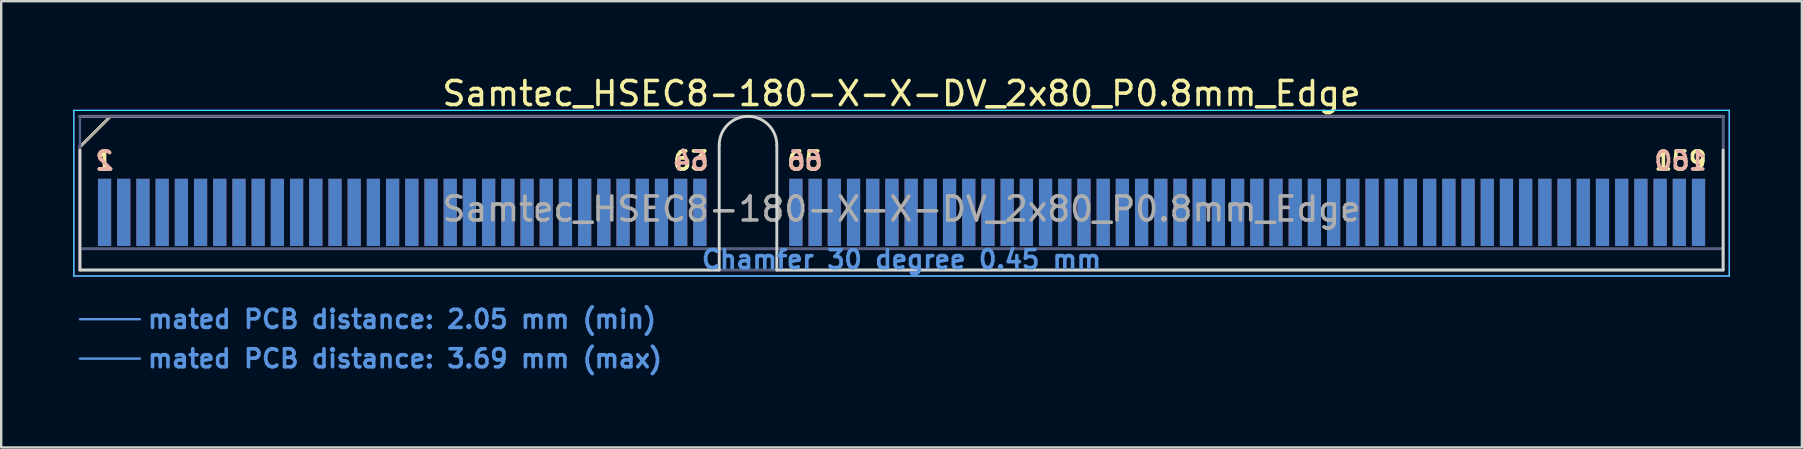
<source format=kicad_pcb>
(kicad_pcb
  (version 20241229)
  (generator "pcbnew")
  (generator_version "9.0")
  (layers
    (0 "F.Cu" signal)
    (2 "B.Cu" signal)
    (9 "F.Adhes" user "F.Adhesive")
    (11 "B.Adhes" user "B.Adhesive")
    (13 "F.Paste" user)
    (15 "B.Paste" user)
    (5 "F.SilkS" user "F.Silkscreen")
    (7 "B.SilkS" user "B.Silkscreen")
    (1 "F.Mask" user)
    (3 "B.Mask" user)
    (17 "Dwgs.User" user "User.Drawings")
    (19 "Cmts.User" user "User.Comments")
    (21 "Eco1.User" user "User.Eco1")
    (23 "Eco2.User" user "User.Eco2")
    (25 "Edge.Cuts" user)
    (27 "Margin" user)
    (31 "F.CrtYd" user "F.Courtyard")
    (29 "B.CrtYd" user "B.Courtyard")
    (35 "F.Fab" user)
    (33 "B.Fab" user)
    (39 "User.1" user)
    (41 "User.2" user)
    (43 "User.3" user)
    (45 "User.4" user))
  (footprint "Samtec_HSEC8-180-X-X-DV_2x80_P0.8mm_Edge"
    (layer "F.Cu")
    (at 34.505 8.198)
    (property "Reference" "Samtec_HSEC8-180-X-X-DV_2x80_P0.8mm_Edge" (at 0 -7.35 0) (layer "F.SilkS") (effects (font (size 1 1) (thickness 0.15))))
    (attr exclude_from_pos_files exclude_from_bom)
    (fp_line (start -34.225 -5.13) (end -32.955 -6.4) (stroke (width 0.12) (type solid)) (layer "F.SilkS"))
    (fp_line (start -32.955 -6.4) (end 34.225 -6.4) (stroke (width 0.12) (type solid)) (layer "F.SilkS"))
    (fp_line (start -34.225 -6.4) (end -34.225 -6.4) (stroke (width 0.12) (type solid)) (layer "B.SilkS"))
    (fp_line (start -34.225 -6.4) (end 34.225 -6.4) (stroke (width 0.12) (type solid)) (layer "B.SilkS"))
    (fp_line (start -34.225 2.05) (end -31.725 2.05) (stroke (width 0.1) (type solid)) (layer "Cmts.User"))
    (fp_line (start -34.225 3.69) (end -31.725 3.69) (stroke (width 0.1) (type solid)) (layer "Cmts.User"))
    (fp_line (start -34.225 -5) (end -34.225 0) (stroke (width 0.12) (type solid)) (layer "Edge.Cuts"))
    (fp_line (start -34.225 0) (end -7.595 0) (stroke (width 0.12) (type solid)) (layer "Edge.Cuts"))
    (fp_line (start -7.595 0) (end -7.595 -5.2) (stroke (width 0.12) (type solid)) (layer "Edge.Cuts"))
    (fp_line (start -5.195 -5.2) (end -5.195 0) (stroke (width 0.12) (type solid)) (layer "Edge.Cuts"))
    (fp_line (start -5.195 0) (end 34.225 0) (stroke (width 0.12) (type solid)) (layer "Edge.Cuts"))
    (fp_line (start 34.225 0) (end 34.225 -5) (stroke (width 0.12) (type solid)) (layer "Edge.Cuts"))
    (fp_arc (start -7.595 -5.2) (mid -6.395 -6.4) (end -5.195 -5.2) (stroke (width 0.12) (type solid)) (layer "Edge.Cuts"))
    (fp_line (start -34.48 -6.65) (end -34.48 0.25) (stroke (width 0.05) (type solid)) (layer "B.CrtYd"))
    (fp_line (start -34.48 0.25) (end 34.48 0.25) (stroke (width 0.05) (type solid)) (layer "B.CrtYd"))
    (fp_line (start 34.48 -6.65) (end -34.48 -6.65) (stroke (width 0.05) (type solid)) (layer "B.CrtYd"))
    (fp_line (start 34.48 0.25) (end 34.48 -6.65) (stroke (width 0.05) (type solid)) (layer "B.CrtYd"))
    (fp_line (start -34.48 -6.65) (end -34.48 0.25) (stroke (width 0.05) (type solid)) (layer "F.CrtYd"))
    (fp_line (start -34.48 0.25) (end 34.48 0.25) (stroke (width 0.05) (type solid)) (layer "F.CrtYd"))
    (fp_line (start 34.48 -6.65) (end -34.48 -6.65) (stroke (width 0.05) (type solid)) (layer "F.CrtYd"))
    (fp_line (start 34.48 0.25) (end 34.48 -6.65) (stroke (width 0.05) (type solid)) (layer "F.CrtYd"))
    (fp_line (start -34.225 -6.4) (end -34.225 -6.4) (stroke (width 0.1) (type solid)) (layer "B.Fab"))
    (fp_line (start -34.225 -6.4) (end -34.225 0) (stroke (width 0.1) (type solid)) (layer "B.Fab"))
    (fp_line (start -34.225 -6.4) (end 34.225 -6.4) (stroke (width 0.1) (type solid)) (layer "B.Fab"))
    (fp_line (start -34.225 -0.88) (end 34.225 -0.88) (stroke (width 0.1) (type solid)) (layer "B.Fab"))
    (fp_line (start -34.225 0) (end 34.225 0) (stroke (width 0.1) (type solid)) (layer "B.Fab"))
    (fp_line (start 34.225 -6.4) (end 34.225 0) (stroke (width 0.1) (type solid)) (layer "B.Fab"))
    (fp_line (start -34.225 -5.13) (end -34.225 0) (stroke (width 0.1) (type solid)) (layer "F.Fab"))
    (fp_line (start -34.225 -5.13) (end -32.955 -6.4) (stroke (width 0.1) (type solid)) (layer "F.Fab"))
    (fp_line (start -34.225 -0.88) (end 34.225 -0.88) (stroke (width 0.1) (type solid)) (layer "F.Fab"))
    (fp_line (start -34.225 0) (end 34.225 0) (stroke (width 0.1) (type solid)) (layer "F.Fab"))
    (fp_line (start -32.955 -6.4) (end 34.225 -6.4) (stroke (width 0.1) (type solid)) (layer "F.Fab"))
    (fp_line (start 34.225 -6.4) (end 34.225 0) (stroke (width 0.1) (type solid)) (layer "F.Fab"))
    (fp_text user "65" (at -4.025 -4.55 0) (layer "F.SilkS") (effects (font (size 0.75 0.75) (thickness 0.15))))
    (fp_text user "159" (at 32.45 -4.55 0) (layer "F.SilkS") (effects (font (size 0.75 0.75) (thickness 0.15))))
    (fp_text user "63" (at -8.775 -4.55 0) (layer "F.SilkS") (effects (font (size 0.75 0.75) (thickness 0.15))))
    (fp_text user "1" (at -33.2 -4.55 0) (layer "F.SilkS") (effects (font (size 0.75 0.75) (thickness 0.15))))
    (fp_text user "66" (at -4.025 -4.55 0) (layer "B.SilkS") (effects (font (size 0.75 0.75) (thickness 0.15)) (justify mirror)))
    (fp_text user "160" (at 32.45 -4.55 0) (layer "B.SilkS") (effects (font (size 0.75 0.75) (thickness 0.15)) (justify mirror)))
    (fp_text user "64" (at -8.775 -4.55 0) (layer "B.SilkS") (effects (font (size 0.75 0.75) (thickness 0.15)) (justify mirror)))
    (fp_text user "2" (at -33.2 -4.55 0) (layer "B.SilkS") (effects (font (size 0.75 0.75) (thickness 0.15)) (justify mirror)))
    (fp_text user "mated PCB distance: 3.69 mm (max)" (at -31.48 3.69 0) (layer "Cmts.User") (effects (font (size 0.75 0.75) (thickness 0.15)) (justify left)))
    (fp_text user "Chamfer 30 degree 0.45 mm" (at 0 -0.44 0) (layer "Cmts.User") (effects (font (size 0.75 0.75) (thickness 0.15))))
    (fp_text user "mated PCB distance: 2.05 mm (min)" (at -31.48 2.05 0) (layer "Cmts.User") (effects (font (size 0.75 0.75) (thickness 0.15)) (justify left)))
    (fp_text user "${REFERENCE}" (at 0 -2.54 0) (layer "F.Fab") (effects (font (size 1 1) (thickness 0.15))))
    (pad "1" connect rect (at -33.2 -2.4) (size 0.55 2.8) (layers "F.Cu" "F.Mask"))
    (pad "2" connect rect (at -33.2 -2.4) (size 0.55 2.8) (layers "B.Cu" "B.Mask"))
    (pad "3" connect rect (at -32.4 -2.4) (size 0.55 2.8) (layers "F.Cu" "F.Mask"))
    (pad "4" connect rect (at -32.4 -2.4) (size 0.55 2.8) (layers "B.Cu" "B.Mask"))
    (pad "5" connect rect (at -31.6 -2.4) (size 0.55 2.8) (layers "F.Cu" "F.Mask"))
    (pad "6" connect rect (at -31.6 -2.4) (size 0.55 2.8) (layers "B.Cu" "B.Mask"))
    (pad "7" connect rect (at -30.8 -2.4) (size 0.55 2.8) (layers "F.Cu" "F.Mask"))
    (pad "8" connect rect (at -30.8 -2.4) (size 0.55 2.8) (layers "B.Cu" "B.Mask"))
    (pad "9" connect rect (at -30 -2.4) (size 0.55 2.8) (layers "F.Cu" "F.Mask"))
    (pad "10" connect rect (at -30 -2.4) (size 0.55 2.8) (layers "B.Cu" "B.Mask"))
    (pad "11" connect rect (at -29.2 -2.4) (size 0.55 2.8) (layers "F.Cu" "F.Mask"))
    (pad "12" connect rect (at -29.2 -2.4) (size 0.55 2.8) (layers "B.Cu" "B.Mask"))
    (pad "13" connect rect (at -28.4 -2.4) (size 0.55 2.8) (layers "F.Cu" "F.Mask"))
    (pad "14" connect rect (at -28.4 -2.4) (size 0.55 2.8) (layers "B.Cu" "B.Mask"))
    (pad "15" connect rect (at -27.6 -2.4) (size 0.55 2.8) (layers "F.Cu" "F.Mask"))
    (pad "16" connect rect (at -27.6 -2.4) (size 0.55 2.8) (layers "B.Cu" "B.Mask"))
    (pad "17" connect rect (at -26.8 -2.4) (size 0.55 2.8) (layers "F.Cu" "F.Mask"))
    (pad "18" connect rect (at -26.8 -2.4) (size 0.55 2.8) (layers "B.Cu" "B.Mask"))
    (pad "19" connect rect (at -26 -2.4) (size 0.55 2.8) (layers "F.Cu" "F.Mask"))
    (pad "20" connect rect (at -26 -2.4) (size 0.55 2.8) (layers "B.Cu" "B.Mask"))
    (pad "21" connect rect (at -25.2 -2.4) (size 0.55 2.8) (layers "F.Cu" "F.Mask"))
    (pad "22" connect rect (at -25.2 -2.4) (size 0.55 2.8) (layers "B.Cu" "B.Mask"))
    (pad "23" connect rect (at -24.4 -2.4) (size 0.55 2.8) (layers "F.Cu" "F.Mask"))
    (pad "24" connect rect (at -24.4 -2.4) (size 0.55 2.8) (layers "B.Cu" "B.Mask"))
    (pad "25" connect rect (at -23.6 -2.4) (size 0.55 2.8) (layers "F.Cu" "F.Mask"))
    (pad "26" connect rect (at -23.6 -2.4) (size 0.55 2.8) (layers "B.Cu" "B.Mask"))
    (pad "27" connect rect (at -22.8 -2.4) (size 0.55 2.8) (layers "F.Cu" "F.Mask"))
    (pad "28" connect rect (at -22.8 -2.4) (size 0.55 2.8) (layers "B.Cu" "B.Mask"))
    (pad "29" connect rect (at -22 -2.4) (size 0.55 2.8) (layers "F.Cu" "F.Mask"))
    (pad "30" connect rect (at -22 -2.4) (size 0.55 2.8) (layers "B.Cu" "B.Mask"))
    (pad "31" connect rect (at -21.2 -2.4) (size 0.55 2.8) (layers "F.Cu" "F.Mask"))
    (pad "32" connect rect (at -21.2 -2.4) (size 0.55 2.8) (layers "B.Cu" "B.Mask"))
    (pad "33" connect rect (at -20.4 -2.4) (size 0.55 2.8) (layers "F.Cu" "F.Mask"))
    (pad "34" connect rect (at -20.4 -2.4) (size 0.55 2.8) (layers "B.Cu" "B.Mask"))
    (pad "35" connect rect (at -19.6 -2.4) (size 0.55 2.8) (layers "F.Cu" "F.Mask"))
    (pad "36" connect rect (at -19.6 -2.4) (size 0.55 2.8) (layers "B.Cu" "B.Mask"))
    (pad "37" connect rect (at -18.8 -2.4) (size 0.55 2.8) (layers "F.Cu" "F.Mask"))
    (pad "38" connect rect (at -18.8 -2.4) (size 0.55 2.8) (layers "B.Cu" "B.Mask"))
    (pad "39" connect rect (at -18 -2.4) (size 0.55 2.8) (layers "F.Cu" "F.Mask"))
    (pad "40" connect rect (at -18 -2.4) (size 0.55 2.8) (layers "B.Cu" "B.Mask"))
    (pad "41" connect rect (at -17.2 -2.4) (size 0.55 2.8) (layers "F.Cu" "F.Mask"))
    (pad "42" connect rect (at -17.2 -2.4) (size 0.55 2.8) (layers "B.Cu" "B.Mask"))
    (pad "43" connect rect (at -16.4 -2.4) (size 0.55 2.8) (layers "F.Cu" "F.Mask"))
    (pad "44" connect rect (at -16.4 -2.4) (size 0.55 2.8) (layers "B.Cu" "B.Mask"))
    (pad "45" connect rect (at -15.6 -2.4) (size 0.55 2.8) (layers "F.Cu" "F.Mask"))
    (pad "46" connect rect (at -15.6 -2.4) (size 0.55 2.8) (layers "B.Cu" "B.Mask"))
    (pad "47" connect rect (at -14.8 -2.4) (size 0.55 2.8) (layers "F.Cu" "F.Mask"))
    (pad "48" connect rect (at -14.8 -2.4) (size 0.55 2.8) (layers "B.Cu" "B.Mask"))
    (pad "49" connect rect (at -14 -2.4) (size 0.55 2.8) (layers "F.Cu" "F.Mask"))
    (pad "50" connect rect (at -14 -2.4) (size 0.55 2.8) (layers "B.Cu" "B.Mask"))
    (pad "51" connect rect (at -13.2 -2.4) (size 0.55 2.8) (layers "F.Cu" "F.Mask"))
    (pad "52" connect rect (at -13.2 -2.4) (size 0.55 2.8) (layers "B.Cu" "B.Mask"))
    (pad "53" connect rect (at -12.4 -2.4) (size 0.55 2.8) (layers "F.Cu" "F.Mask"))
    (pad "54" connect rect (at -12.4 -2.4) (size 0.55 2.8) (layers "B.Cu" "B.Mask"))
    (pad "55" connect rect (at -11.6 -2.4) (size 0.55 2.8) (layers "F.Cu" "F.Mask"))
    (pad "56" connect rect (at -11.6 -2.4) (size 0.55 2.8) (layers "B.Cu" "B.Mask"))
    (pad "57" connect rect (at -10.8 -2.4) (size 0.55 2.8) (layers "F.Cu" "F.Mask"))
    (pad "58" connect rect (at -10.8 -2.4) (size 0.55 2.8) (layers "B.Cu" "B.Mask"))
    (pad "59" connect rect (at -10 -2.4) (size 0.55 2.8) (layers "F.Cu" "F.Mask"))
    (pad "60" connect rect (at -10 -2.4) (size 0.55 2.8) (layers "B.Cu" "B.Mask"))
    (pad "61" connect rect (at -9.2 -2.4) (size 0.55 2.8) (layers "F.Cu" "F.Mask"))
    (pad "62" connect rect (at -9.2 -2.4) (size 0.55 2.8) (layers "B.Cu" "B.Mask"))
    (pad "63" connect rect (at -8.4 -2.4) (size 0.55 2.8) (layers "F.Cu" "F.Mask"))
    (pad "64" connect rect (at -8.4 -2.4) (size 0.55 2.8) (layers "B.Cu" "B.Mask"))
    (pad "65" connect rect (at -4.4 -2.4) (size 0.55 2.8) (layers "F.Cu" "F.Mask"))
    (pad "66" connect rect (at -4.4 -2.4) (size 0.55 2.8) (layers "B.Cu" "B.Mask"))
    (pad "67" connect rect (at -3.6 -2.4) (size 0.55 2.8) (layers "F.Cu" "F.Mask"))
    (pad "68" connect rect (at -3.6 -2.4) (size 0.55 2.8) (layers "B.Cu" "B.Mask"))
    (pad "69" connect rect (at -2.8 -2.4) (size 0.55 2.8) (layers "F.Cu" "F.Mask"))
    (pad "70" connect rect (at -2.8 -2.4) (size 0.55 2.8) (layers "B.Cu" "B.Mask"))
    (pad "71" connect rect (at -2 -2.4) (size 0.55 2.8) (layers "F.Cu" "F.Mask"))
    (pad "72" connect rect (at -2 -2.4) (size 0.55 2.8) (layers "B.Cu" "B.Mask"))
    (pad "73" connect rect (at -1.2 -2.4) (size 0.55 2.8) (layers "F.Cu" "F.Mask"))
    (pad "74" connect rect (at -1.2 -2.4) (size 0.55 2.8) (layers "B.Cu" "B.Mask"))
    (pad "75" connect rect (at -0.4 -2.4) (size 0.55 2.8) (layers "F.Cu" "F.Mask"))
    (pad "76" connect rect (at -0.4 -2.4) (size 0.55 2.8) (layers "B.Cu" "B.Mask"))
    (pad "77" connect rect (at 0.4 -2.4) (size 0.55 2.8) (layers "F.Cu" "F.Mask"))
    (pad "78" connect rect (at 0.4 -2.4) (size 0.55 2.8) (layers "B.Cu" "B.Mask"))
    (pad "79" connect rect (at 1.2 -2.4) (size 0.55 2.8) (layers "F.Cu" "F.Mask"))
    (pad "80" connect rect (at 1.2 -2.4) (size 0.55 2.8) (layers "B.Cu" "B.Mask"))
    (pad "81" connect rect (at 2 -2.4) (size 0.55 2.8) (layers "F.Cu" "F.Mask"))
    (pad "82" connect rect (at 2 -2.4) (size 0.55 2.8) (layers "B.Cu" "B.Mask"))
    (pad "83" connect rect (at 2.8 -2.4) (size 0.55 2.8) (layers "F.Cu" "F.Mask"))
    (pad "84" connect rect (at 2.8 -2.4) (size 0.55 2.8) (layers "B.Cu" "B.Mask"))
    (pad "85" connect rect (at 3.6 -2.4) (size 0.55 2.8) (layers "F.Cu" "F.Mask"))
    (pad "86" connect rect (at 3.6 -2.4) (size 0.55 2.8) (layers "B.Cu" "B.Mask"))
    (pad "87" connect rect (at 4.4 -2.4) (size 0.55 2.8) (layers "F.Cu" "F.Mask"))
    (pad "88" connect rect (at 4.4 -2.4) (size 0.55 2.8) (layers "B.Cu" "B.Mask"))
    (pad "89" connect rect (at 5.2 -2.4) (size 0.55 2.8) (layers "F.Cu" "F.Mask"))
    (pad "90" connect rect (at 5.2 -2.4) (size 0.55 2.8) (layers "B.Cu" "B.Mask"))
    (pad "91" connect rect (at 6 -2.4) (size 0.55 2.8) (layers "F.Cu" "F.Mask"))
    (pad "92" connect rect (at 6 -2.4) (size 0.55 2.8) (layers "B.Cu" "B.Mask"))
    (pad "93" connect rect (at 6.8 -2.4) (size 0.55 2.8) (layers "F.Cu" "F.Mask"))
    (pad "94" connect rect (at 6.8 -2.4) (size 0.55 2.8) (layers "B.Cu" "B.Mask"))
    (pad "95" connect rect (at 7.6 -2.4) (size 0.55 2.8) (layers "F.Cu" "F.Mask"))
    (pad "96" connect rect (at 7.6 -2.4) (size 0.55 2.8) (layers "B.Cu" "B.Mask"))
    (pad "97" connect rect (at 8.4 -2.4) (size 0.55 2.8) (layers "F.Cu" "F.Mask"))
    (pad "98" connect rect (at 8.4 -2.4) (size 0.55 2.8) (layers "B.Cu" "B.Mask"))
    (pad "99" connect rect (at 9.2 -2.4) (size 0.55 2.8) (layers "F.Cu" "F.Mask"))
    (pad "100" connect rect (at 9.2 -2.4) (size 0.55 2.8) (layers "B.Cu" "B.Mask"))
    (pad "101" connect rect (at 10 -2.4) (size 0.55 2.8) (layers "F.Cu" "F.Mask"))
    (pad "102" connect rect (at 10 -2.4) (size 0.55 2.8) (layers "B.Cu" "B.Mask"))
    (pad "103" connect rect (at 10.8 -2.4) (size 0.55 2.8) (layers "F.Cu" "F.Mask"))
    (pad "104" connect rect (at 10.8 -2.4) (size 0.55 2.8) (layers "B.Cu" "B.Mask"))
    (pad "105" connect rect (at 11.6 -2.4) (size 0.55 2.8) (layers "F.Cu" "F.Mask"))
    (pad "106" connect rect (at 11.6 -2.4) (size 0.55 2.8) (layers "B.Cu" "B.Mask"))
    (pad "107" connect rect (at 12.4 -2.4) (size 0.55 2.8) (layers "F.Cu" "F.Mask"))
    (pad "108" connect rect (at 12.4 -2.4) (size 0.55 2.8) (layers "B.Cu" "B.Mask"))
    (pad "109" connect rect (at 13.2 -2.4) (size 0.55 2.8) (layers "F.Cu" "F.Mask"))
    (pad "110" connect rect (at 13.2 -2.4) (size 0.55 2.8) (layers "B.Cu" "B.Mask"))
    (pad "111" connect rect (at 14 -2.4) (size 0.55 2.8) (layers "F.Cu" "F.Mask"))
    (pad "112" connect rect (at 14 -2.4) (size 0.55 2.8) (layers "B.Cu" "B.Mask"))
    (pad "113" connect rect (at 14.8 -2.4) (size 0.55 2.8) (layers "F.Cu" "F.Mask"))
    (pad "114" connect rect (at 14.8 -2.4) (size 0.55 2.8) (layers "B.Cu" "B.Mask"))
    (pad "115" connect rect (at 15.6 -2.4) (size 0.55 2.8) (layers "F.Cu" "F.Mask"))
    (pad "116" connect rect (at 15.6 -2.4) (size 0.55 2.8) (layers "B.Cu" "B.Mask"))
    (pad "117" connect rect (at 16.4 -2.4) (size 0.55 2.8) (layers "F.Cu" "F.Mask"))
    (pad "118" connect rect (at 16.4 -2.4) (size 0.55 2.8) (layers "B.Cu" "B.Mask"))
    (pad "119" connect rect (at 17.2 -2.4) (size 0.55 2.8) (layers "F.Cu" "F.Mask"))
    (pad "120" connect rect (at 17.2 -2.4) (size 0.55 2.8) (layers "B.Cu" "B.Mask"))
    (pad "121" connect rect (at 18 -2.4) (size 0.55 2.8) (layers "F.Cu" "F.Mask"))
    (pad "122" connect rect (at 18 -2.4) (size 0.55 2.8) (layers "B.Cu" "B.Mask"))
    (pad "123" connect rect (at 18.8 -2.4) (size 0.55 2.8) (layers "F.Cu" "F.Mask"))
    (pad "124" connect rect (at 18.8 -2.4) (size 0.55 2.8) (layers "B.Cu" "B.Mask"))
    (pad "125" connect rect (at 19.6 -2.4) (size 0.55 2.8) (layers "F.Cu" "F.Mask"))
    (pad "126" connect rect (at 19.6 -2.4) (size 0.55 2.8) (layers "B.Cu" "B.Mask"))
    (pad "127" connect rect (at 20.4 -2.4) (size 0.55 2.8) (layers "F.Cu" "F.Mask"))
    (pad "128" connect rect (at 20.4 -2.4) (size 0.55 2.8) (layers "B.Cu" "B.Mask"))
    (pad "129" connect rect (at 21.2 -2.4) (size 0.55 2.8) (layers "F.Cu" "F.Mask"))
    (pad "130" connect rect (at 21.2 -2.4) (size 0.55 2.8) (layers "B.Cu" "B.Mask"))
    (pad "131" connect rect (at 22 -2.4) (size 0.55 2.8) (layers "F.Cu" "F.Mask"))
    (pad "132" connect rect (at 22 -2.4) (size 0.55 2.8) (layers "B.Cu" "B.Mask"))
    (pad "133" connect rect (at 22.8 -2.4) (size 0.55 2.8) (layers "F.Cu" "F.Mask"))
    (pad "134" connect rect (at 22.8 -2.4) (size 0.55 2.8) (layers "B.Cu" "B.Mask"))
    (pad "135" connect rect (at 23.6 -2.4) (size 0.55 2.8) (layers "F.Cu" "F.Mask"))
    (pad "136" connect rect (at 23.6 -2.4) (size 0.55 2.8) (layers "B.Cu" "B.Mask"))
    (pad "137" connect rect (at 24.4 -2.4) (size 0.55 2.8) (layers "F.Cu" "F.Mask"))
    (pad "138" connect rect (at 24.4 -2.4) (size 0.55 2.8) (layers "B.Cu" "B.Mask"))
    (pad "139" connect rect (at 25.2 -2.4) (size 0.55 2.8) (layers "F.Cu" "F.Mask"))
    (pad "140" connect rect (at 25.2 -2.4) (size 0.55 2.8) (layers "B.Cu" "B.Mask"))
    (pad "141" connect rect (at 26 -2.4) (size 0.55 2.8) (layers "F.Cu" "F.Mask"))
    (pad "142" connect rect (at 26 -2.4) (size 0.55 2.8) (layers "B.Cu" "B.Mask"))
    (pad "143" connect rect (at 26.8 -2.4) (size 0.55 2.8) (layers "F.Cu" "F.Mask"))
    (pad "144" connect rect (at 26.8 -2.4) (size 0.55 2.8) (layers "B.Cu" "B.Mask"))
    (pad "145" connect rect (at 27.6 -2.4) (size 0.55 2.8) (layers "F.Cu" "F.Mask"))
    (pad "146" connect rect (at 27.6 -2.4) (size 0.55 2.8) (layers "B.Cu" "B.Mask"))
    (pad "147" connect rect (at 28.4 -2.4) (size 0.55 2.8) (layers "F.Cu" "F.Mask"))
    (pad "148" connect rect (at 28.4 -2.4) (size 0.55 2.8) (layers "B.Cu" "B.Mask"))
    (pad "149" connect rect (at 29.2 -2.4) (size 0.55 2.8) (layers "F.Cu" "F.Mask"))
    (pad "150" connect rect (at 29.2 -2.4) (size 0.55 2.8) (layers "B.Cu" "B.Mask"))
    (pad "151" connect rect (at 30 -2.4) (size 0.55 2.8) (layers "F.Cu" "F.Mask"))
    (pad "152" connect rect (at 30 -2.4) (size 0.55 2.8) (layers "B.Cu" "B.Mask"))
    (pad "153" connect rect (at 30.8 -2.4) (size 0.55 2.8) (layers "F.Cu" "F.Mask"))
    (pad "154" connect rect (at 30.8 -2.4) (size 0.55 2.8) (layers "B.Cu" "B.Mask"))
    (pad "155" connect rect (at 31.6 -2.4) (size 0.55 2.8) (layers "F.Cu" "F.Mask"))
    (pad "156" connect rect (at 31.6 -2.4) (size 0.55 2.8) (layers "B.Cu" "B.Mask"))
    (pad "157" connect rect (at 32.4 -2.4) (size 0.55 2.8) (layers "F.Cu" "F.Mask"))
    (pad "158" connect rect (at 32.4 -2.4) (size 0.55 2.8) (layers "B.Cu" "B.Mask"))
    (pad "159" connect rect (at 33.2 -2.4) (size 0.55 2.8) (layers "F.Cu" "F.Mask"))
    (pad "160" connect rect (at 33.2 -2.4) (size 0.55 2.8) (layers "B.Cu" "B.Mask")))
  (gr_rect
    (start -3 -3)
    (end 72.01 15.59)
    (stroke (width 0.1) (type default))
    (fill no)
    (layer "Edge.Cuts")))
</source>
